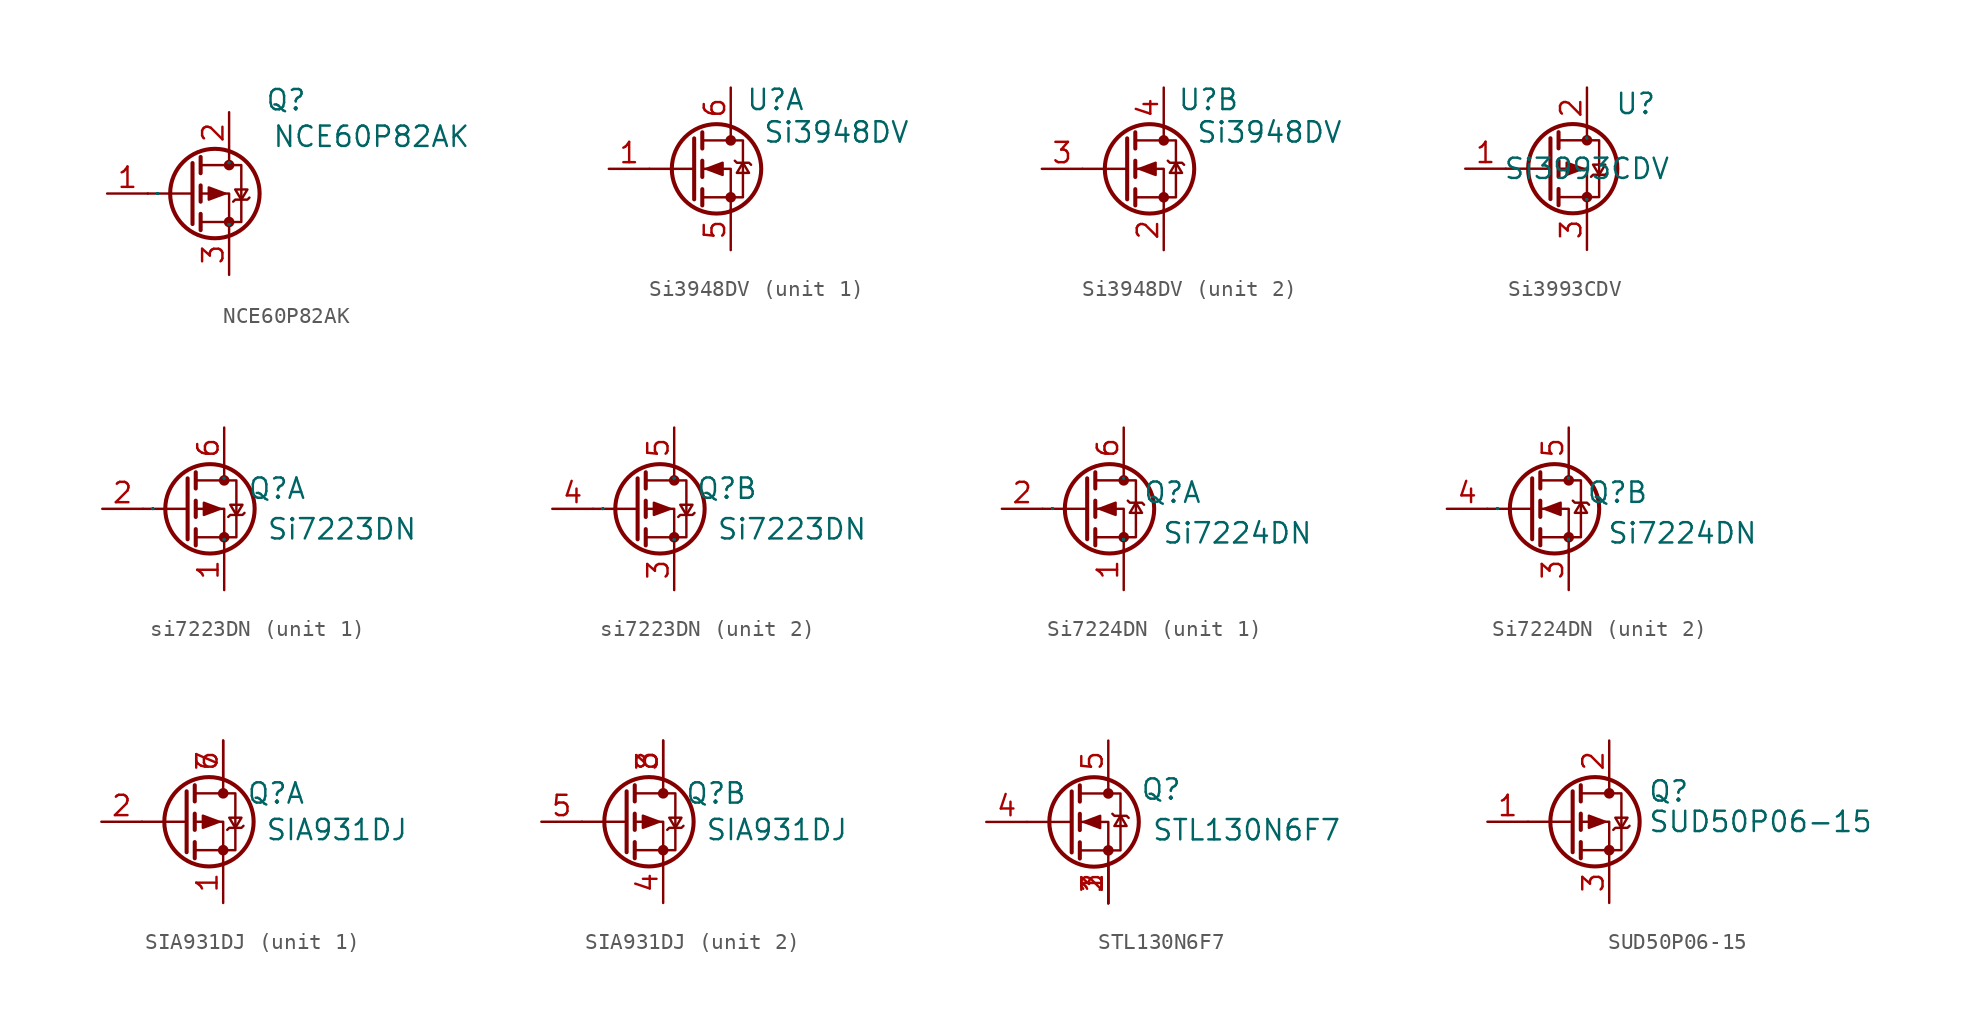
<source format=kicad_sym>
(kicad_symbol_lib
  (version 20241209)
  (generator "kicad_symbol_editor")
  (generator_version "9.0")
  (symbol "NCE60P82AK"
    (property "Reference" "Q"
      (at 3.556 5.842 0)
      (effects (font (size 1.27 1.27))))
    (property "Value" "NCE60P82AK"
      (at 8.89 3.556 0)
      (effects (font (size 1.27 1.27))))
    (symbol "NCE60P82AK_0_1"
      (polyline (pts (xy -2.286 1.905) (xy -2.286 -1.905)) (stroke (width 0.254) (type default)) (fill (type none)))
      (polyline (pts (xy -2.286 0) (xy -5.08 0)) (stroke (width 0) (type default)) (fill (type none)))
      (polyline (pts (xy -1.778 2.286) (xy -1.778 1.27)) (stroke (width 0.254) (type default)) (fill (type none)))
      (polyline (pts (xy -1.778 1.778) (xy 0.762 1.778) (xy 0.762 -1.778) (xy -1.778 -1.778)) (stroke (width 0) (type default)) (fill (type none)))
      (polyline (pts (xy -1.778 0.508) (xy -1.778 -0.508)) (stroke (width 0.254) (type default)) (fill (type none)))
      (polyline (pts (xy -1.778 -1.27) (xy -1.778 -2.286)) (stroke (width 0.254) (type default)) (fill (type none)))
      (circle (center -0.889 0) (radius 2.794) (stroke (width 0.254) (type default)) (fill (type none)))
      (polyline (pts (xy -0.254 0) (xy -1.27 0.381) (xy -1.27 -0.381) (xy -0.254 0)) (stroke (width 0) (type default)) (fill (type outline)))
      (polyline (pts (xy 0 2.54) (xy 0 1.778)) (stroke (width 0) (type default)) (fill (type none)))
      (circle (center 0 1.778) (radius 0.254) (stroke (width 0) (type default)) (fill (type outline)))
      (circle (center 0 -1.778) (radius 0.254) (stroke (width 0) (type default)) (fill (type outline)))
      (polyline (pts (xy 0 -2.54) (xy 0 0) (xy -1.778 0)) (stroke (width 0) (type default)) (fill (type none)))
      (polyline (pts (xy 0.254 -0.508) (xy 0.381 -0.381) (xy 1.143 -0.381) (xy 1.27 -0.254)) (stroke (width 0) (type default)) (fill (type none)))
      (polyline (pts (xy 0.762 -0.381) (xy 0.381 0.254) (xy 1.143 0.254) (xy 0.762 -0.381)) (stroke (width 0) (type default)) (fill (type none))))
    (symbol "NCE60P82AK_1_1"
      (pin input line (at -7.62 0 0) (length 2.54) (name "G" (effects (font (size 0.025 0.025)))) (number "1" (effects (font (size 1.27 1.27)))))
      (pin passive line (at 0 5.08 270) (length 2.54) (name "D" (effects (font (size 0.025 0.025)))) (number "2" (effects (font (size 1.27 1.27)))))
      (pin passive line (at 0 -5.08 90) (length 2.54) (name "S" (effects (font (size 0.025 0.025)))) (number "3" (effects (font (size 1.27 1.27)))))))
  (symbol "Si3948DV"
    (pin_names
      (hide yes))
    (property "Reference" "U"
      (at 2.794 4.318 0)
      (effects (font (size 1.27 1.27))))
    (property "Value" "Si3948DV"
      (at 6.604 2.286 0)
      (effects (font (size 1.27 1.27))))
    (symbol "Si3948DV_0_1"
      (polyline (pts (xy -2.286 1.905) (xy -2.286 -1.905)) (stroke (width 0.254) (type default)) (fill (type none)))
      (polyline (pts (xy -2.286 0) (xy -5.08 0)) (stroke (width 0) (type default)) (fill (type none)))
      (polyline (pts (xy -1.778 2.286) (xy -1.778 1.27)) (stroke (width 0.254) (type default)) (fill (type none)))
      (polyline (pts (xy -1.778 0.508) (xy -1.778 -0.508)) (stroke (width 0.254) (type default)) (fill (type none)))
      (polyline (pts (xy -1.778 -1.27) (xy -1.778 -2.286)) (stroke (width 0.254) (type default)) (fill (type none)))
      (polyline (pts (xy -1.778 -1.778) (xy 0.762 -1.778) (xy 0.762 1.778) (xy -1.778 1.778)) (stroke (width 0) (type default)) (fill (type none)))
      (polyline (pts (xy -1.524 0) (xy -0.508 0.381) (xy -0.508 -0.381) (xy -1.524 0)) (stroke (width 0) (type default)) (fill (type outline)))
      (circle (center -0.889 0) (radius 2.794) (stroke (width 0.254) (type default)) (fill (type none)))
      (polyline (pts (xy 0 2.54) (xy 0 1.778)) (stroke (width 0) (type default)) (fill (type none)))
      (circle (center 0 1.778) (radius 0.254) (stroke (width 0) (type default)) (fill (type outline)))
      (circle (center 0 -1.778) (radius 0.254) (stroke (width 0) (type default)) (fill (type outline)))
      (polyline (pts (xy 0 -2.54) (xy 0 0) (xy -1.778 0)) (stroke (width 0) (type default)) (fill (type none)))
      (polyline (pts (xy 0.254 0.508) (xy 0.381 0.381) (xy 1.143 0.381) (xy 1.27 0.254)) (stroke (width 0) (type default)) (fill (type none)))
      (polyline (pts (xy 0.762 0.381) (xy 0.381 -0.254) (xy 1.143 -0.254) (xy 0.762 0.381)) (stroke (width 0) (type default)) (fill (type none))))
    (symbol "Si3948DV_1_1"
      (pin input line (at -7.62 0 0) (length 2.54) (name "G1" (effects (font (size 0.025 0.025)))) (number "1" (effects (font (size 1.27 1.27)))))
      (pin passive line (at 0 5.08 270) (length 2.54) (name "D1" (effects (font (size 0.025 0.025)))) (number "6" (effects (font (size 1.27 1.27)))))
      (pin passive line (at 0 -5.08 90) (length 2.54) (name "S1" (effects (font (size 0.025 0.025)))) (number "5" (effects (font (size 1.27 1.27))))))
    (symbol "Si3948DV_2_1"
      (pin input line (at -7.62 0 0) (length 2.54) (name "G2" (effects (font (size 0.025 0.025)))) (number "3" (effects (font (size 1.27 1.27)))))
      (pin passive line (at 0 5.08 270) (length 2.54) (name "D2" (effects (font (size 0.025 0.025)))) (number "4" (effects (font (size 1.27 1.27)))))
      (pin passive line (at 0 -5.08 90) (length 2.54) (name "S2" (effects (font (size 0.025 0.025)))) (number "2" (effects (font (size 1.27 1.27)))))))
  (symbol "Si3993CDV"
    (property "Reference" "U"
      (at 3.048 4.064 0)
      (effects (font (size 1.27 1.27))))
    (property "Value" "Si3993CDV"
      (at 0 0 0)
      (effects (font (size 1.27 1.27))))
    (symbol "Si3993CDV_0_1"
      (polyline (pts (xy -2.286 1.905) (xy -2.286 -1.905)) (stroke (width 0.254) (type default)) (fill (type none)))
      (polyline (pts (xy -2.286 0) (xy -5.08 0)) (stroke (width 0) (type default)) (fill (type none)))
      (polyline (pts (xy -1.778 2.286) (xy -1.778 1.27)) (stroke (width 0.254) (type default)) (fill (type none)))
      (polyline (pts (xy -1.778 1.778) (xy 0.762 1.778) (xy 0.762 -1.778) (xy -1.778 -1.778)) (stroke (width 0) (type default)) (fill (type none)))
      (polyline (pts (xy -1.778 0.508) (xy -1.778 -0.508)) (stroke (width 0.254) (type default)) (fill (type none)))
      (polyline (pts (xy -1.778 -1.27) (xy -1.778 -2.286)) (stroke (width 0.254) (type default)) (fill (type none)))
      (circle (center -0.889 0) (radius 2.794) (stroke (width 0.254) (type default)) (fill (type none)))
      (polyline (pts (xy -0.254 0) (xy -1.27 0.381) (xy -1.27 -0.381) (xy -0.254 0)) (stroke (width 0) (type default)) (fill (type outline)))
      (polyline (pts (xy 0 2.54) (xy 0 1.778)) (stroke (width 0) (type default)) (fill (type none)))
      (circle (center 0 1.778) (radius 0.254) (stroke (width 0) (type default)) (fill (type outline)))
      (circle (center 0 -1.778) (radius 0.254) (stroke (width 0) (type default)) (fill (type outline)))
      (polyline (pts (xy 0 -2.54) (xy 0 0) (xy -1.778 0)) (stroke (width 0) (type default)) (fill (type none)))
      (polyline (pts (xy 0.254 -0.508) (xy 0.381 -0.381) (xy 1.143 -0.381) (xy 1.27 -0.254)) (stroke (width 0) (type default)) (fill (type none)))
      (polyline (pts (xy 0.762 -0.381) (xy 0.381 0.254) (xy 1.143 0.254) (xy 0.762 -0.381)) (stroke (width 0) (type default)) (fill (type none))))
    (symbol "Si3993CDV_1_1"
      (pin input line (at -7.62 0 0) (length 2.54) (name "G" (effects (font (size 0.025 0.025)))) (number "1" (effects (font (size 1.27 1.27)))))
      (pin passive line (at 0 5.08 270) (length 2.54) (name "D" (effects (font (size 0.025 0.025)))) (number "2" (effects (font (size 1.27 1.27)))))
      (pin passive line (at 0 -5.08 90) (length 2.54) (name "S" (effects (font (size 0.025 0.025)))) (number "3" (effects (font (size 1.27 1.27)))))))
  (symbol "si7223DN"
    (property "Reference" "Q"
      (at 3.302 1.27 0)
      (effects (font (size 1.27 1.27))))
    (property "Value" "Si7223DN"
      (at 7.366 -1.27 0)
      (effects (font (size 1.27 1.27))))
    (symbol "si7223DN_0_1"
      (polyline (pts (xy -2.286 1.905) (xy -2.286 -1.905)) (stroke (width 0.254) (type default)) (fill (type none)))
      (polyline (pts (xy -2.286 0) (xy -5.08 0)) (stroke (width 0) (type default)) (fill (type none)))
      (polyline (pts (xy -1.778 2.286) (xy -1.778 1.27)) (stroke (width 0.254) (type default)) (fill (type none)))
      (polyline (pts (xy -1.778 1.778) (xy 0.762 1.778) (xy 0.762 -1.778) (xy -1.778 -1.778)) (stroke (width 0) (type default)) (fill (type none)))
      (polyline (pts (xy -1.778 0.508) (xy -1.778 -0.508)) (stroke (width 0.254) (type default)) (fill (type none)))
      (polyline (pts (xy -1.778 -1.27) (xy -1.778 -2.286)) (stroke (width 0.254) (type default)) (fill (type none)))
      (circle (center -0.889 0) (radius 2.794) (stroke (width 0.254) (type default)) (fill (type none)))
      (polyline (pts (xy -0.254 0) (xy -1.27 0.381) (xy -1.27 -0.381) (xy -0.254 0)) (stroke (width 0) (type default)) (fill (type outline)))
      (polyline (pts (xy 0 2.54) (xy 0 1.778)) (stroke (width 0) (type default)) (fill (type none)))
      (circle (center 0 1.778) (radius 0.254) (stroke (width 0) (type default)) (fill (type outline)))
      (circle (center 0 -1.778) (radius 0.254) (stroke (width 0) (type default)) (fill (type outline)))
      (polyline (pts (xy 0 -2.54) (xy 0 0) (xy -1.778 0)) (stroke (width 0) (type default)) (fill (type none)))
      (polyline (pts (xy 0.254 -0.508) (xy 0.381 -0.381) (xy 1.143 -0.381) (xy 1.27 -0.254)) (stroke (width 0) (type default)) (fill (type none)))
      (polyline (pts (xy 0.762 -0.381) (xy 0.381 0.254) (xy 1.143 0.254) (xy 0.762 -0.381)) (stroke (width 0) (type default)) (fill (type none))))
    (symbol "si7223DN_1_1"
      (pin input line (at -7.62 0 0) (length 2.54) (name "G" (effects (font (size 0.025 0.025)))) (number "2" (effects (font (size 1.27 1.27)))))
      (pin passive line (at 0 5.08 270) (length 2.54) (name "D" (effects (font (size 0.025 0.025)))) (number "6" (effects (font (size 1.27 1.27)))))
      (pin passive line (at 0 -5.08 90) (length 2.54) (name "S" (effects (font (size 0.025 0.025)))) (number "1" (effects (font (size 1.27 1.27))))))
    (symbol "si7223DN_2_1"
      (pin input line (at -7.62 0 0) (length 2.54) (name "G" (effects (font (size 0.025 0.025)))) (number "4" (effects (font (size 1.27 1.27)))))
      (pin passive line (at 0 5.08 270) (length 2.54) (name "D" (effects (font (size 0.025 0.025)))) (number "5" (effects (font (size 1.27 1.27)))))
      (pin passive line (at 0 -5.08 90) (length 2.54) (name "S" (effects (font (size 0.025 0.025)))) (number "3" (effects (font (size 1.27 1.27)))))))
  (symbol "Si7224DN"
    (property "Reference" "Q"
      (at 3.048 1.016 0)
      (effects (font (size 1.27 1.27))))
    (property "Value" "Si7224DN"
      (at 7.112 -1.524 0)
      (effects (font (size 1.27 1.27))))
    (property "ki_locked" ""
      (at 0 0 0)
      (effects (font (size 1.27 1.27))))
    (symbol "Si7224DN_0_1"
      (polyline (pts (xy -2.286 1.905) (xy -2.286 -1.905)) (stroke (width 0.254) (type default)) (fill (type none)))
      (polyline (pts (xy -2.286 0) (xy -5.08 0)) (stroke (width 0) (type default)) (fill (type none)))
      (polyline (pts (xy -1.778 2.286) (xy -1.778 1.27)) (stroke (width 0.254) (type default)) (fill (type none)))
      (polyline (pts (xy -1.778 0.508) (xy -1.778 -0.508)) (stroke (width 0.254) (type default)) (fill (type none)))
      (polyline (pts (xy -1.778 -1.27) (xy -1.778 -2.286)) (stroke (width 0.254) (type default)) (fill (type none)))
      (polyline (pts (xy -1.778 -1.778) (xy 0.762 -1.778) (xy 0.762 1.778) (xy -1.778 1.778)) (stroke (width 0) (type default)) (fill (type none)))
      (polyline (pts (xy -1.524 0) (xy -0.508 0.381) (xy -0.508 -0.381) (xy -1.524 0)) (stroke (width 0) (type default)) (fill (type outline)))
      (circle (center -0.889 0) (radius 2.794) (stroke (width 0.254) (type default)) (fill (type none)))
      (polyline (pts (xy 0 2.54) (xy 0 1.778)) (stroke (width 0) (type default)) (fill (type none)))
      (circle (center 0 1.778) (radius 0.254) (stroke (width 0) (type default)) (fill (type outline)))
      (circle (center 0 -1.778) (radius 0.254) (stroke (width 0) (type default)) (fill (type outline)))
      (polyline (pts (xy 0 -2.54) (xy 0 0) (xy -1.778 0)) (stroke (width 0) (type default)) (fill (type none)))
      (polyline (pts (xy 0.254 0.508) (xy 0.381 0.381) (xy 1.143 0.381) (xy 1.27 0.254)) (stroke (width 0) (type default)) (fill (type none)))
      (polyline (pts (xy 0.762 0.381) (xy 0.381 -0.254) (xy 1.143 -0.254) (xy 0.762 0.381)) (stroke (width 0) (type default)) (fill (type none))))
    (symbol "Si7224DN_1_1"
      (pin input line (at -7.62 0 0) (length 2.54) (name "G" (effects (font (size 0.025 0.025)))) (number "2" (effects (font (size 1.27 1.27)))))
      (pin passive line (at 0 5.08 270) (length 2.54) (name "D" (effects (font (size 0.025 0.025)))) (number "6" (effects (font (size 1.27 1.27)))))
      (pin passive line (at 0 -5.08 90) (length 2.54) (name "S" (effects (font (size 0.025 0.025)))) (number "1" (effects (font (size 1.27 1.27))))))
    (symbol "Si7224DN_2_1"
      (pin input line (at -7.62 0 0) (length 2.54) (name "G" (effects (font (size 0.025 0.025)))) (number "4" (effects (font (size 1.27 1.27)))))
      (pin passive line (at 0 5.08 270) (length 2.54) (name "D" (effects (font (size 0.025 0.025)))) (number "5" (effects (font (size 1.27 1.27)))))
      (pin passive line (at 0 -5.08 90) (length 2.54) (name "S" (effects (font (size 0.025 0.025)))) (number "3" (effects (font (size 1.27 1.27)))))))
  (symbol "SIA931DJ"
    (pin_names
      (hide yes))
    (property "Reference" "Q"
      (at 3.302 1.778 0)
      (effects (font (size 1.27 1.27))))
    (property "Value" "SIA931DJ"
      (at 7.112 -0.508 0)
      (effects (font (size 1.27 1.27))))
    (property "ki_locked" ""
      (at 0 0 0)
      (effects (font (size 1.27 1.27))))
    (symbol "SIA931DJ_0_1"
      (polyline (pts (xy -2.286 1.905) (xy -2.286 -1.905)) (stroke (width 0.254) (type default)) (fill (type none)))
      (polyline (pts (xy -2.286 0) (xy -5.08 0)) (stroke (width 0) (type default)) (fill (type none)))
      (polyline (pts (xy -1.778 2.286) (xy -1.778 1.27)) (stroke (width 0.254) (type default)) (fill (type none)))
      (polyline (pts (xy -1.778 1.778) (xy 0.762 1.778) (xy 0.762 -1.778) (xy -1.778 -1.778)) (stroke (width 0) (type default)) (fill (type none)))
      (polyline (pts (xy -1.778 0.508) (xy -1.778 -0.508)) (stroke (width 0.254) (type default)) (fill (type none)))
      (polyline (pts (xy -1.778 -1.27) (xy -1.778 -2.286)) (stroke (width 0.254) (type default)) (fill (type none)))
      (circle (center -0.889 0) (radius 2.794) (stroke (width 0.254) (type default)) (fill (type none)))
      (polyline (pts (xy -0.254 0) (xy -1.27 0.381) (xy -1.27 -0.381) (xy -0.254 0)) (stroke (width 0) (type default)) (fill (type outline)))
      (polyline (pts (xy 0 2.54) (xy 0 1.778)) (stroke (width 0) (type default)) (fill (type none)))
      (circle (center 0 1.778) (radius 0.254) (stroke (width 0) (type default)) (fill (type outline)))
      (circle (center 0 -1.778) (radius 0.254) (stroke (width 0) (type default)) (fill (type outline)))
      (polyline (pts (xy 0 -2.54) (xy 0 0) (xy -1.778 0)) (stroke (width 0) (type default)) (fill (type none)))
      (polyline (pts (xy 0.254 -0.508) (xy 0.381 -0.381) (xy 1.143 -0.381) (xy 1.27 -0.254)) (stroke (width 0) (type default)) (fill (type none)))
      (polyline (pts (xy 0.762 -0.381) (xy 0.381 0.254) (xy 1.143 0.254) (xy 0.762 -0.381)) (stroke (width 0) (type default)) (fill (type none))))
    (symbol "SIA931DJ_1_1"
      (pin passive line (at -7.62 0 0) (length 2.54) (name "G1" (effects (font (size 1.27 1.27)))) (number "2" (effects (font (size 1.27 1.27)))))
      (pin passive line (at 0 5.08 270) (length 2.54) (name "D1" (effects (font (size 1.27 1.27)))) (number "6" (effects (font (size 1.27 1.27)))))
      (pin passive line (at 0 5.08 270) (length 2.54) (name "D1_EP" (effects (font (size 1.27 1.27)))) (number "7" (effects (font (size 1.27 1.27)))))
      (pin passive line (at 0 -5.08 90) (length 2.54) (name "S1" (effects (font (size 1.27 1.27)))) (number "1" (effects (font (size 1.27 1.27))))))
    (symbol "SIA931DJ_2_1"
      (pin passive line (at -7.62 0 0) (length 2.54) (name "G2" (effects (font (size 1.27 1.27)))) (number "5" (effects (font (size 1.27 1.27)))))
      (pin passive line (at 0 5.08 270) (length 2.54) (name "D2" (effects (font (size 1.27 1.27)))) (number "3" (effects (font (size 1.27 1.27)))))
      (pin passive line (at 0 5.08 270) (length 2.54) (name "D2_EP" (effects (font (size 1.27 1.27)))) (number "8" (effects (font (size 1.27 1.27)))))
      (pin passive line (at 0 -5.08 90) (length 2.54) (name "S2" (effects (font (size 1.27 1.27)))) (number "4" (effects (font (size 1.27 1.27)))))))
  (symbol "STL130N6F7"
    (pin_names
      (hide yes))
    (property "Reference" "Q"
      (at 3.302 2.032 0)
      (effects (font (size 1.27 1.27))))
    (property "Value" "STL130N6F7"
      (at 8.636 -0.508 0)
      (effects (font (size 1.27 1.27))))
    (symbol "STL130N6F7_0_1"
      (polyline (pts (xy -2.286 1.905) (xy -2.286 -1.905)) (stroke (width 0.254) (type default)) (fill (type none)))
      (polyline (pts (xy -2.286 0) (xy -5.08 0)) (stroke (width 0) (type default)) (fill (type none)))
      (polyline (pts (xy -1.778 2.286) (xy -1.778 1.27)) (stroke (width 0.254) (type default)) (fill (type none)))
      (polyline (pts (xy -1.778 0.508) (xy -1.778 -0.508)) (stroke (width 0.254) (type default)) (fill (type none)))
      (polyline (pts (xy -1.778 -1.27) (xy -1.778 -2.286)) (stroke (width 0.254) (type default)) (fill (type none)))
      (polyline (pts (xy -1.778 -1.778) (xy 0.762 -1.778) (xy 0.762 1.778) (xy -1.778 1.778)) (stroke (width 0) (type default)) (fill (type none)))
      (polyline (pts (xy -1.524 0) (xy -0.508 0.381) (xy -0.508 -0.381) (xy -1.524 0)) (stroke (width 0) (type default)) (fill (type outline)))
      (circle (center -0.889 0) (radius 2.794) (stroke (width 0.254) (type default)) (fill (type none)))
      (polyline (pts (xy 0 2.54) (xy 0 1.778)) (stroke (width 0) (type default)) (fill (type none)))
      (circle (center 0 1.778) (radius 0.254) (stroke (width 0) (type default)) (fill (type outline)))
      (circle (center 0 -1.778) (radius 0.254) (stroke (width 0) (type default)) (fill (type outline)))
      (polyline (pts (xy 0 -2.54) (xy 0 0) (xy -1.778 0)) (stroke (width 0) (type default)) (fill (type none)))
      (polyline (pts (xy 0.254 0.508) (xy 0.381 0.381) (xy 1.143 0.381) (xy 1.27 0.254)) (stroke (width 0) (type default)) (fill (type none)))
      (polyline (pts (xy 0.762 0.381) (xy 0.381 -0.254) (xy 1.143 -0.254) (xy 0.762 0.381)) (stroke (width 0) (type default)) (fill (type none))))
    (symbol "STL130N6F7_1_1"
      (pin input line (at -7.62 0 0) (length 2.54) (name "G" (effects (font (size 1.27 1.27)))) (number "4" (effects (font (size 1.27 1.27)))))
      (pin passive line (at 0 5.08 270) (length 2.54) (name "D" (effects (font (size 1.27 1.27)))) (number "5" (effects (font (size 1.27 1.27)))))
      (pin passive line (at 0 -5.08 90) (length 2.54) (name "S" (effects (font (size 1.27 1.27)))) (number "1" (effects (font (size 1.27 1.27)))))
      (pin passive line (at 0 -5.08 90) (length 2.54) (name "S" (effects (font (size 1.27 1.27)))) (number "2" (effects (font (size 1.27 1.27)))))
      (pin passive line (at 0 -5.08 90) (length 2.54) (name "S" (effects (font (size 1.27 1.27)))) (number "3" (effects (font (size 1.27 1.27)))))))
  (symbol "SUD50P06-15"
    (pin_names
      (hide yes))
    (property "Reference" "Q"
      (at 4.953 1.905 0)
      (effects (font (size 1.27 1.27)) (justify left)))
    (property "Value" "SUD50P06-15"
      (at 4.953 0 0)
      (effects (font (size 1.27 1.27)) (justify left)))
    (symbol "SUD50P06-15_0_1"
      (polyline (pts (xy 0.254 1.905) (xy 0.254 -1.905)) (stroke (width 0.254) (type default)) (fill (type none)))
      (polyline (pts (xy 0.254 0) (xy -2.54 0)) (stroke (width 0) (type default)) (fill (type none)))
      (polyline (pts (xy 0.762 2.286) (xy 0.762 1.27)) (stroke (width 0.254) (type default)) (fill (type none)))
      (polyline (pts (xy 0.762 1.778) (xy 3.302 1.778) (xy 3.302 -1.778) (xy 0.762 -1.778)) (stroke (width 0) (type default)) (fill (type none)))
      (polyline (pts (xy 0.762 0.508) (xy 0.762 -0.508)) (stroke (width 0.254) (type default)) (fill (type none)))
      (polyline (pts (xy 0.762 -1.27) (xy 0.762 -2.286)) (stroke (width 0.254) (type default)) (fill (type none)))
      (circle (center 1.651 0) (radius 2.794) (stroke (width 0.254) (type default)) (fill (type none)))
      (polyline (pts (xy 2.286 0) (xy 1.27 0.381) (xy 1.27 -0.381) (xy 2.286 0)) (stroke (width 0) (type default)) (fill (type outline)))
      (polyline (pts (xy 2.54 2.54) (xy 2.54 1.778)) (stroke (width 0) (type default)) (fill (type none)))
      (circle (center 2.54 1.778) (radius 0.254) (stroke (width 0) (type default)) (fill (type outline)))
      (circle (center 2.54 -1.778) (radius 0.254) (stroke (width 0) (type default)) (fill (type outline)))
      (polyline (pts (xy 2.54 -2.54) (xy 2.54 0) (xy 0.762 0)) (stroke (width 0) (type default)) (fill (type none)))
      (polyline (pts (xy 2.794 -0.508) (xy 2.921 -0.381) (xy 3.683 -0.381) (xy 3.81 -0.254)) (stroke (width 0) (type default)) (fill (type none)))
      (polyline (pts (xy 3.302 -0.381) (xy 2.921 0.254) (xy 3.683 0.254) (xy 3.302 -0.381)) (stroke (width 0) (type default)) (fill (type none))))
    (symbol "SUD50P06-15_1_1"
      (pin input line (at -5.08 0 0) (length 2.54) (name "G" (effects (font (size 1.27 1.27)))) (number "1" (effects (font (size 1.27 1.27)))))
      (pin passive line (at 2.54 5.08 270) (length 2.54) (name "D" (effects (font (size 1.27 1.27)))) (number "2" (effects (font (size 1.27 1.27)))))
      (pin passive line (at 2.54 -5.08 90) (length 2.54) (name "S" (effects (font (size 1.27 1.27)))) (number "3" (effects (font (size 1.27 1.27))))))))
</source>
